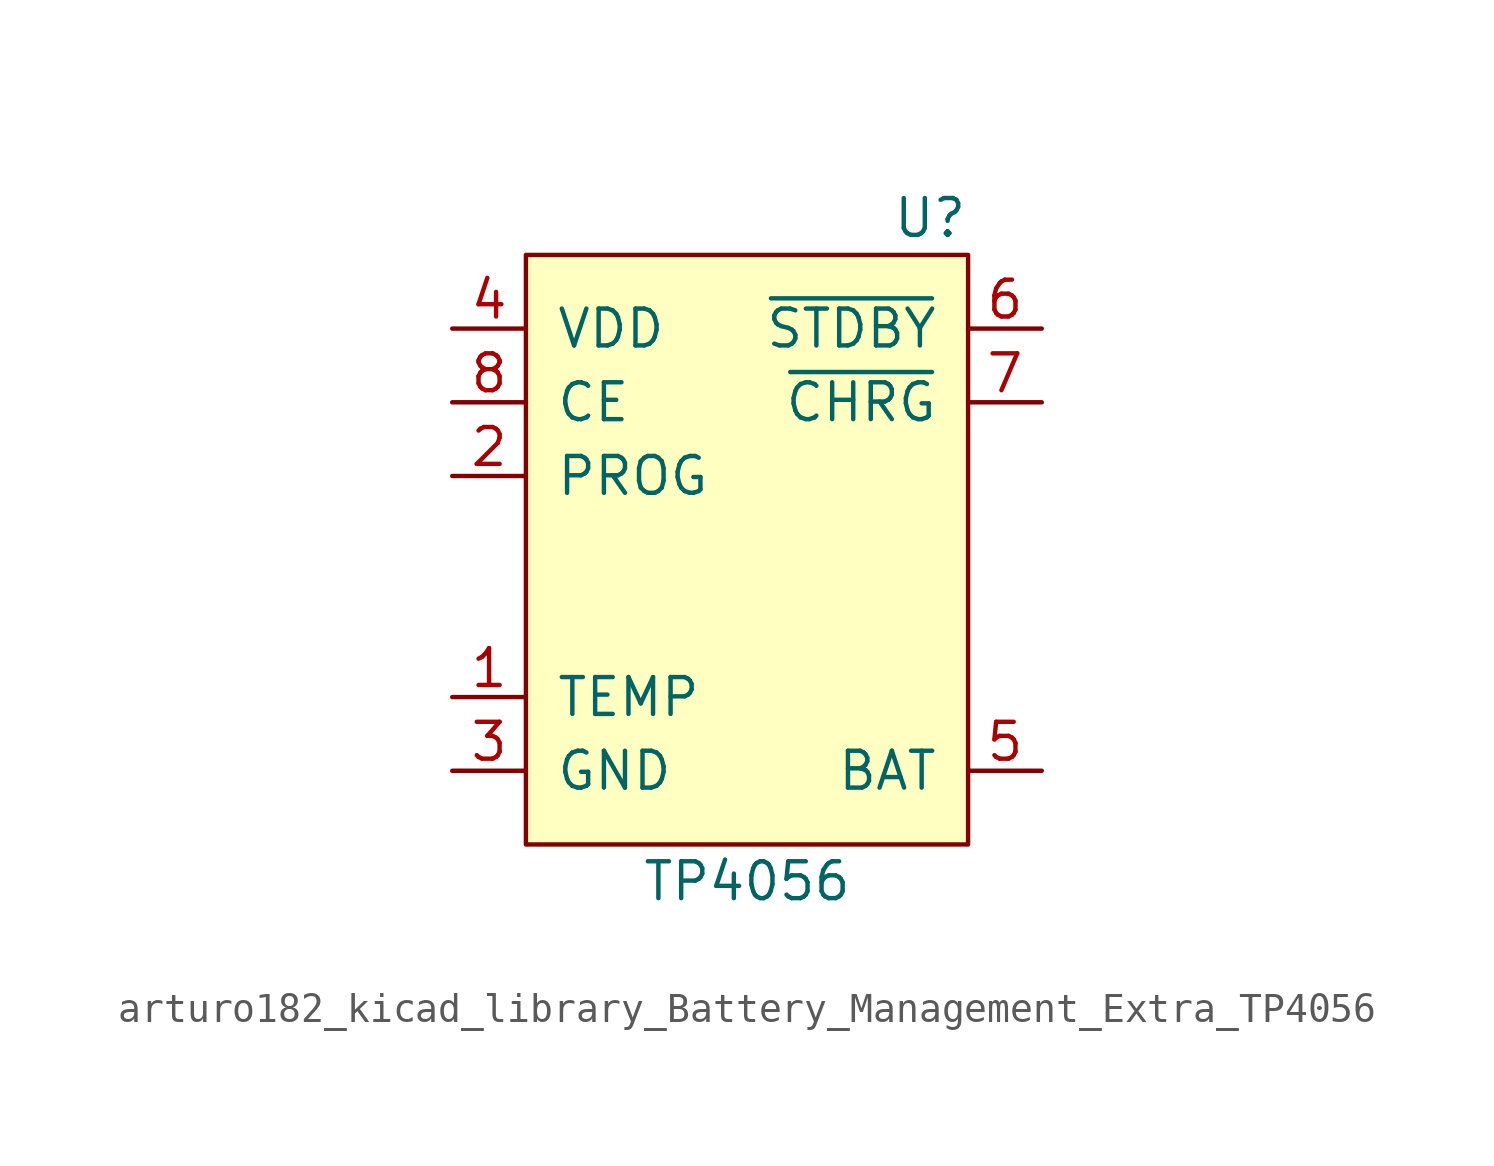
<source format=kicad_sym>
(kicad_symbol_lib
  (version 20220914)
  (generator kicad_symbol_editor)
  (symbol "arturo182_kicad_library_Battery_Management_Extra_TP4056"
    (pin_names
      (offset 1.016))
    (property "Reference" "U"
      (at 7.62 12.7 0)
      (effects (font (size 1.27 1.27)) (justify right)))
    (property "Value" "TP4056"
      (at 0 -10.16 0)
      (effects (font (size 1.27 1.27))))
    (symbol "arturo182_kicad_library_Battery_Management_Extra_TP4056_0_1"
      (rectangle (start -7.62 11.43) (end 7.62 -8.89) (stroke (width 0) (type default) (color 0 0 0 0)) (fill (type background))))
    (symbol "arturo182_kicad_library_Battery_Management_Extra_TP4056_1_1"
      (pin input line (at -10.16 -3.81 0) (length 2.54) (name "TEMP" (effects (font (size 1.27 1.27)))) (number "1" (effects (font (size 1.27 1.27)))))
      (pin input line (at -10.16 3.81 0) (length 2.54) (name "PROG" (effects (font (size 1.27 1.27)))) (number "2" (effects (font (size 1.27 1.27)))))
      (pin power_in line (at -10.16 -6.35 0) (length 2.54) (name "GND" (effects (font (size 1.27 1.27)))) (number "3" (effects (font (size 1.27 1.27)))))
      (pin input line (at -10.16 8.89 0) (length 2.54) (name "VDD" (effects (font (size 1.27 1.27)))) (number "4" (effects (font (size 1.27 1.27)))))
      (pin power_out line (at 10.16 -6.35 180) (length 2.54) (name "BAT" (effects (font (size 1.27 1.27)))) (number "5" (effects (font (size 1.27 1.27)))))
      (pin output line (at 10.16 8.89 180) (length 2.54) (name "~{STDBY}" (effects (font (size 1.27 1.27)))) (number "6" (effects (font (size 1.27 1.27)))))
      (pin output line (at 10.16 6.35 180) (length 2.54) (name "~{CHRG}" (effects (font (size 1.27 1.27)))) (number "7" (effects (font (size 1.27 1.27)))))
      (pin input line (at -10.16 6.35 0) (length 2.54) (name "CE" (effects (font (size 1.27 1.27)))) (number "8" (effects (font (size 1.27 1.27)))))
      (pin passive line (at -10.16 -6.35 0) (length 2.54) hide (name "GND" (effects (font (size 1.27 1.27)))) (number "9" (effects (font (size 1.27 1.27))))))))
</source>
